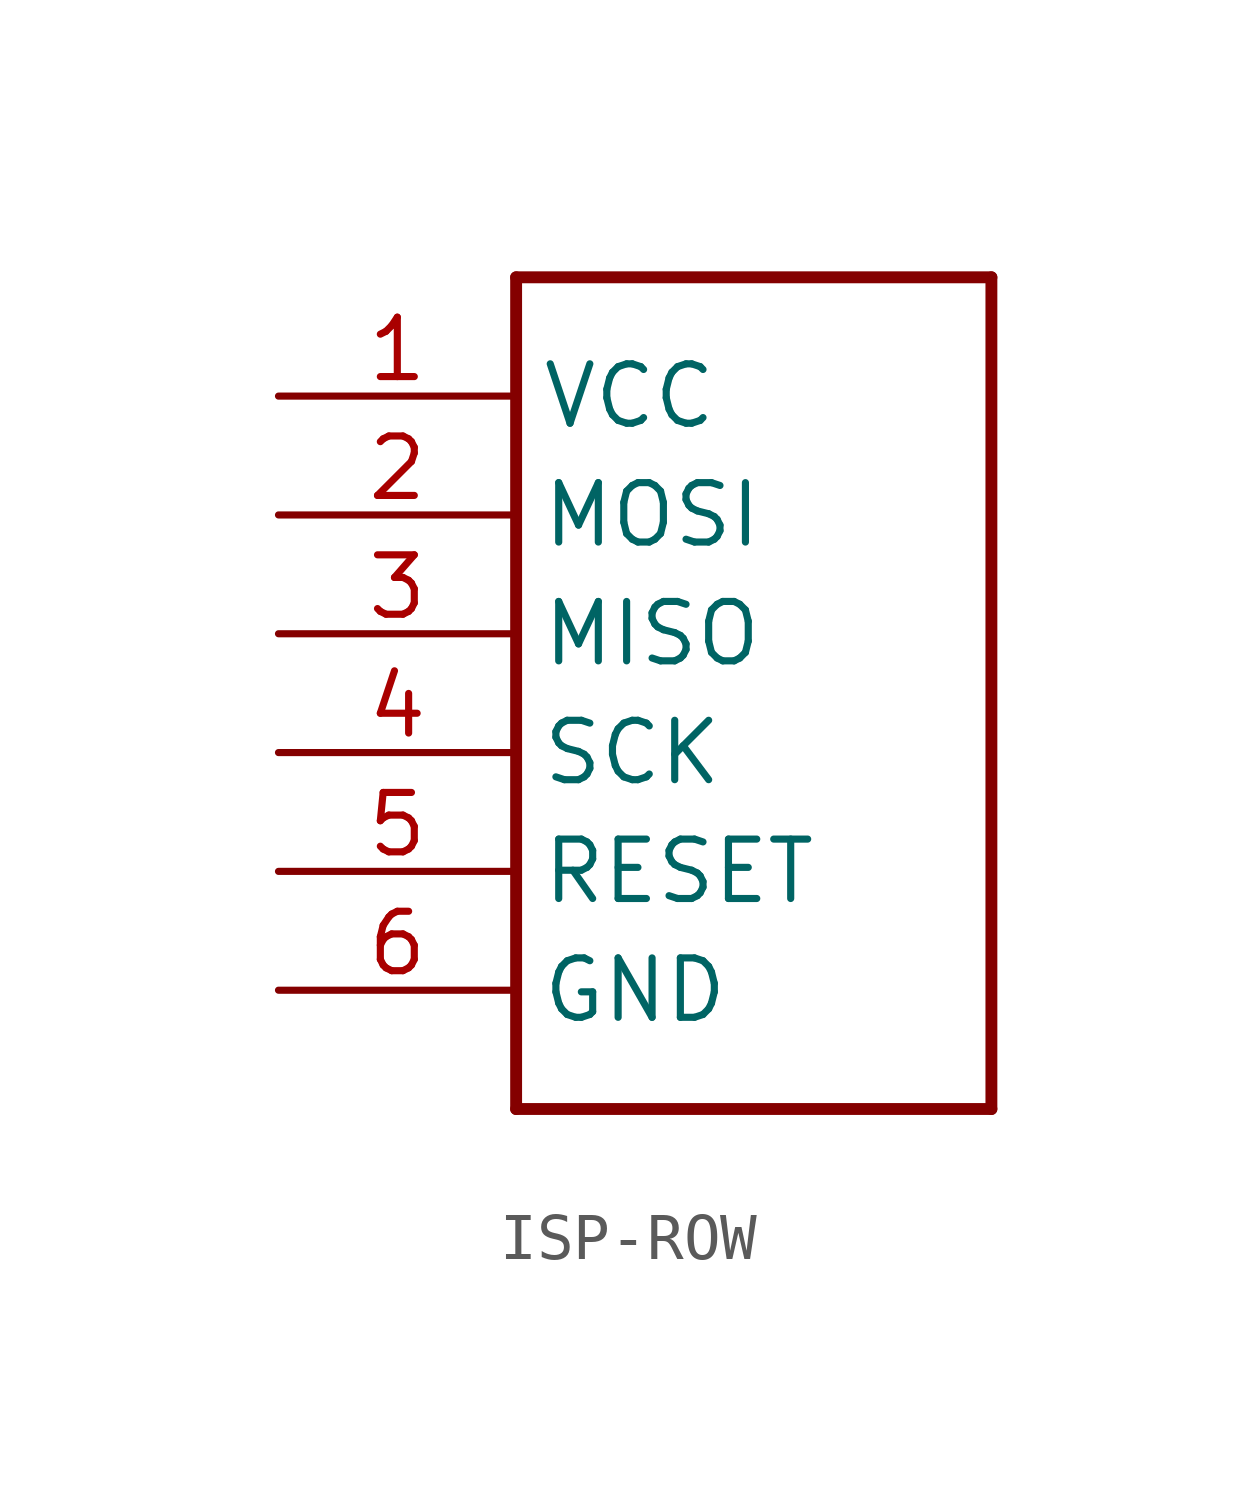
<source format=kicad_sym>
(kicad_symbol_lib
  (version 20220914)
  (generator kicad_symbol_editor)
  (symbol "ISP-ROW"
    (property "Reference" "J"
      (at 0 0 0)
      (effects (font (size 1.27 1.27)) hide))
    (property "ki_locked" ""
      (at 0 0 0)
      (effects (font (size 1.27 1.27))))
    (symbol "ISP-ROW_1_0"
      (polyline (pts (xy -2.54 -10.16) (xy 7.62 -10.16)) (stroke (width 0.254) (type solid)) (fill (type none)))
      (polyline (pts (xy -2.54 7.62) (xy -2.54 -10.16)) (stroke (width 0.254) (type solid)) (fill (type none)))
      (polyline (pts (xy 7.62 -10.16) (xy 7.62 7.62)) (stroke (width 0.254) (type solid)) (fill (type none)))
      (polyline (pts (xy 7.62 7.62) (xy -2.54 7.62)) (stroke (width 0.254) (type solid)) (fill (type none)))
      (pin bidirectional line (at -7.62 5.08 0) (length 5.08) (name "VCC" (effects (font (size 1.27 1.27)))) (number "1" (effects (font (size 1.27 1.27)))))
      (pin bidirectional line (at -7.62 2.54 0) (length 5.08) (name "MOSI" (effects (font (size 1.27 1.27)))) (number "2" (effects (font (size 1.27 1.27)))))
      (pin bidirectional line (at -7.62 0 0) (length 5.08) (name "MISO" (effects (font (size 1.27 1.27)))) (number "3" (effects (font (size 1.27 1.27)))))
      (pin bidirectional line (at -7.62 -2.54 0) (length 5.08) (name "SCK" (effects (font (size 1.27 1.27)))) (number "4" (effects (font (size 1.27 1.27)))))
      (pin bidirectional line (at -7.62 -5.08 0) (length 5.08) (name "RESET" (effects (font (size 1.27 1.27)))) (number "5" (effects (font (size 1.27 1.27)))))
      (pin bidirectional line (at -7.62 -7.62 0) (length 5.08) (name "GND" (effects (font (size 1.27 1.27)))) (number "6" (effects (font (size 1.27 1.27))))))))
</source>
